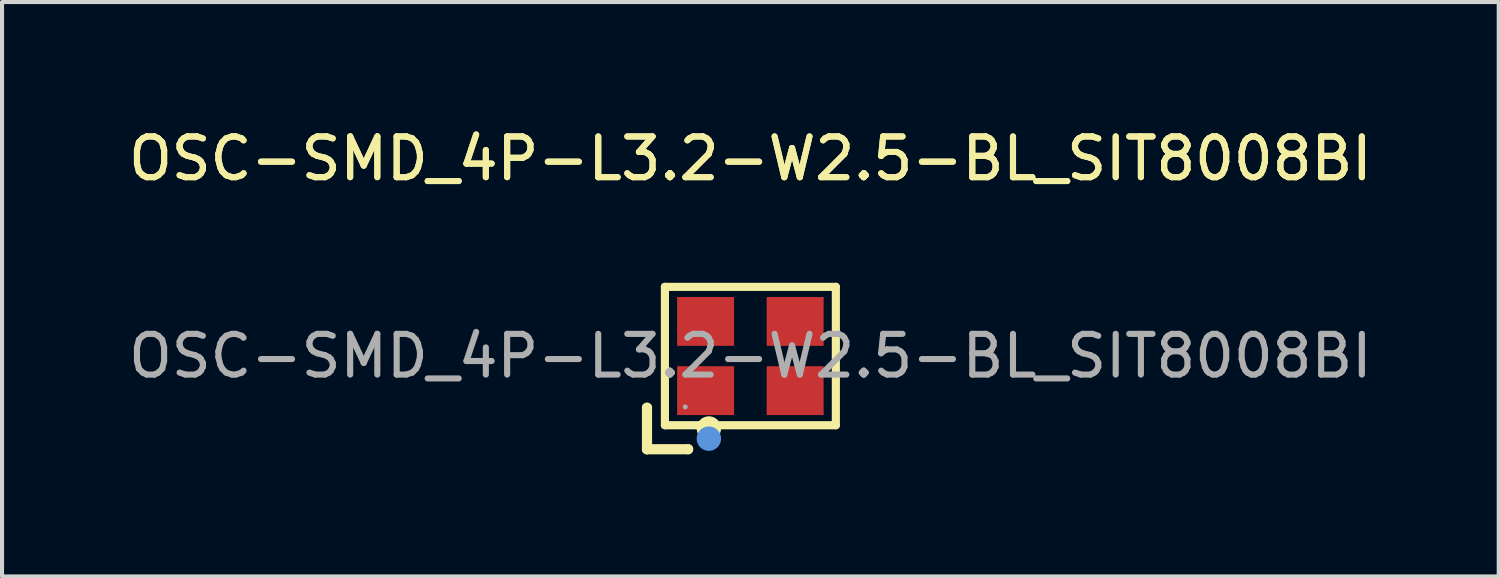
<source format=kicad_pcb>
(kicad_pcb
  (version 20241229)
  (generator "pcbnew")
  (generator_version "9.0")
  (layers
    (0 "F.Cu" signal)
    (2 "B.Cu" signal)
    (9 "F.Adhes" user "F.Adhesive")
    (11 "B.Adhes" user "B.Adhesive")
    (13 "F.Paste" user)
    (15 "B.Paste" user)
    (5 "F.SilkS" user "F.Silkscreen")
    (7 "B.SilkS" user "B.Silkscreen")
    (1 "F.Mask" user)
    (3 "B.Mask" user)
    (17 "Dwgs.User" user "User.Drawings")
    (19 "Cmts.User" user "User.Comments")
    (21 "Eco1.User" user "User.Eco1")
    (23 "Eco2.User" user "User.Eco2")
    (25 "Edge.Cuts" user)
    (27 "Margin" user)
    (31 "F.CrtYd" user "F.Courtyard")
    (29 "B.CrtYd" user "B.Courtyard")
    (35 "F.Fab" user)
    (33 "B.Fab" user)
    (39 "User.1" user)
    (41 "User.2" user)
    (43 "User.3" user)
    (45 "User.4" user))
  (footprint "OSC-SMD_4P-L3.2-W2.5-BL_SIT8008BI"
    (layer "F.Cu")
    (at 15.387 5.698)
    (property "Reference" "OSC-SMD_4P-L3.2-W2.5-BL_SIT8008BI" (at 0 -4.85 0) (layer "F.SilkS") (effects (font (size 1 1) (thickness 0.15))))
    (attr smd)
    (fp_line (start -2.54 1.27) (end -2.54 1.27) (stroke (width 0.25) (type solid)) (layer "F.SilkS"))
    (fp_line (start -2.54 1.27) (end -2.54 2.29) (stroke (width 0.25) (type solid)) (layer "F.SilkS"))
    (fp_line (start -2.54 2.29) (end -2.54 2.29) (stroke (width 0.25) (type solid)) (layer "F.SilkS"))
    (fp_line (start -2.54 2.29) (end -1.53 2.29) (stroke (width 0.25) (type solid)) (layer "F.SilkS"))
    (fp_line (start -2.1 -1.7) (end -2.1 1.7) (stroke (width 0.2) (type solid)) (layer "F.SilkS"))
    (fp_line (start -2.1 1.7) (end 2.1 1.7) (stroke (width 0.2) (type solid)) (layer "F.SilkS"))
    (fp_line (start -1.53 2.29) (end -1.53 2.29) (stroke (width 0.25) (type solid)) (layer "F.SilkS"))
    (fp_line (start 2.1 -1.7) (end -2.1 -1.7) (stroke (width 0.2) (type solid)) (layer "F.SilkS"))
    (fp_line (start 2.1 1.7) (end 2.1 -1.7) (stroke (width 0.2) (type solid)) (layer "F.SilkS"))
    (fp_arc (start -1.02 1.78) (mid -1.02 1.78) (end -1.02 1.78) (stroke (width 0.3) (type solid)) (layer "F.SilkS"))
    (fp_circle (center -1.02 2.03) (end -0.87 2.03) (stroke (width 0.3) (type solid)) (fill no) (layer "Cmts.User"))
    (fp_circle (center -1.6 1.25) (end -1.57 1.25) (stroke (width 0.06) (type solid)) (fill no) (layer "F.Fab"))
    (fp_text user "${REFERENCE}" (at 0 -4.85 0) (layer "F.SilkS") (effects (font (size 1 1) (thickness 0.15))))
    (fp_text user "${REFERENCE}" (at 0 0 0) (layer "F.Fab") (effects (font (size 1 1) (thickness 0.15))))
    (pad "1" smd rect (at -1.1 0.85) (size 1.4 1.2) (layers "F.Cu" "F.Mask" "F.Paste"))
    (pad "2" smd rect (at 1.1 0.85) (size 1.4 1.2) (layers "F.Cu" "F.Mask" "F.Paste"))
    (pad "3" smd rect (at 1.1 -0.85) (size 1.4 1.2) (layers "F.Cu" "F.Mask" "F.Paste"))
    (pad "4" smd rect (at -1.1 -0.85) (size 1.4 1.2) (layers "F.Cu" "F.Mask" "F.Paste")))
  (gr_rect
    (start -3 -3)
    (end 33.774 11.113)
    (stroke (width 0.1) (type default))
    (fill no)
    (layer "Edge.Cuts")))
</source>
